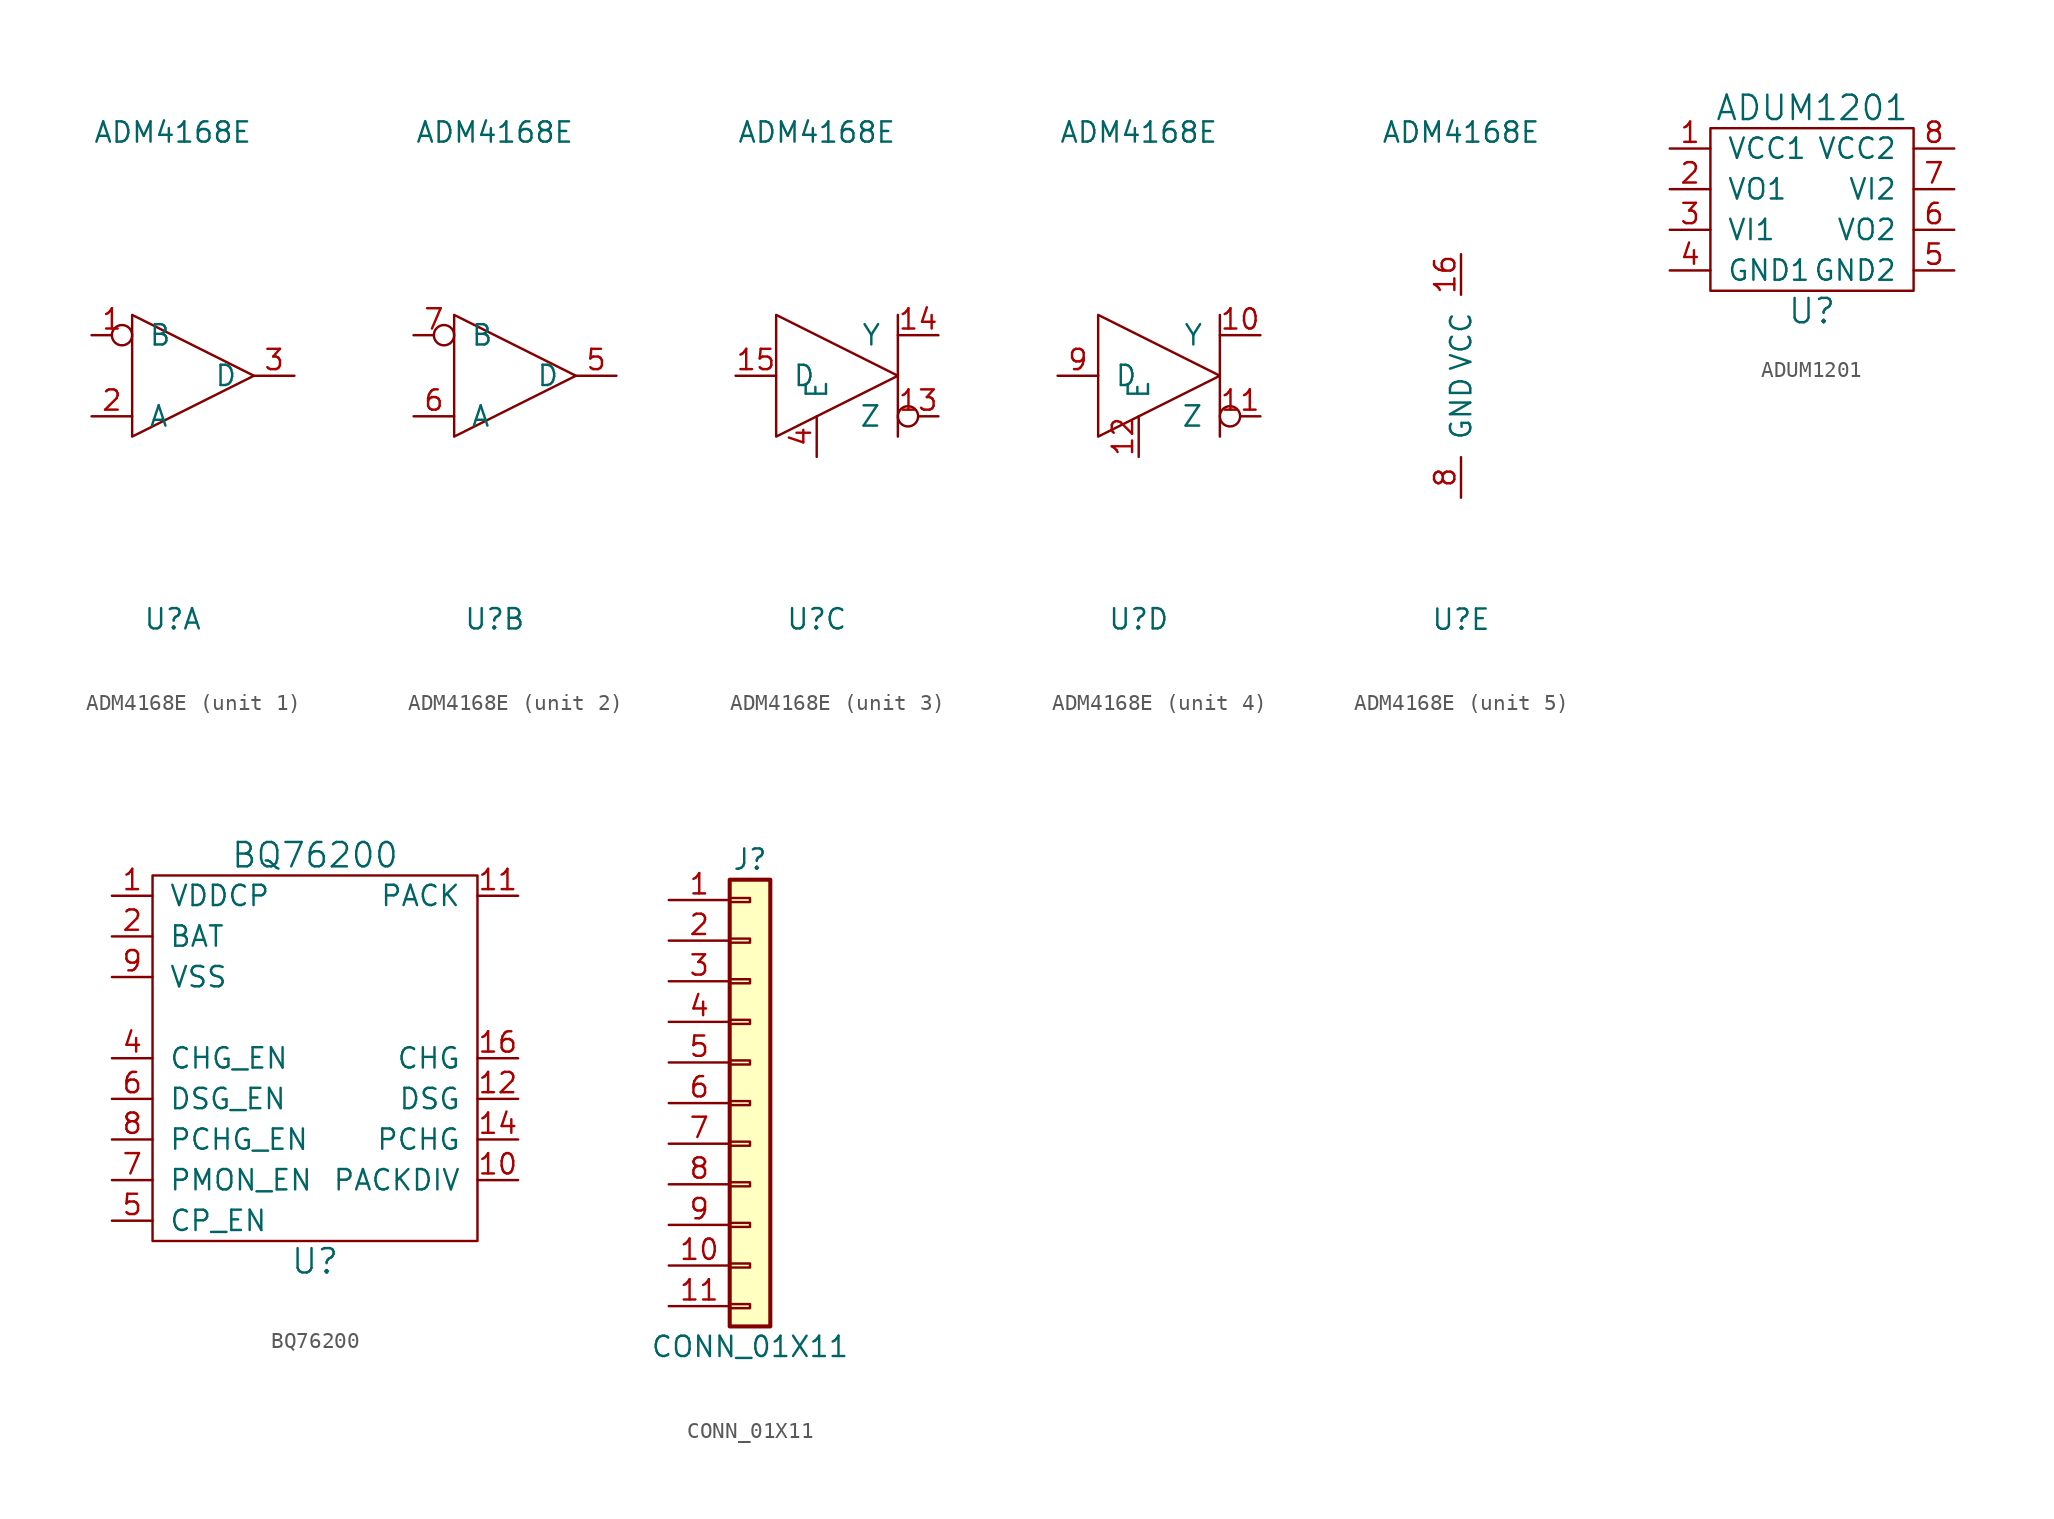
<source format=kicad_sym>
(kicad_symbol_lib
  (version 20211014)
  (generator kicad_symbol_editor)
  (symbol "ADM4168E"
    (pin_names
      (offset 1.016))
    (property "Reference" "U"
      (at 0 -15.24 0)
      (effects (font (size 1.27 1.27))))
    (property "Value" "ADM4168E"
      (at 0 15.24 0)
      (effects (font (size 1.27 1.27))))
    (property "ki_locked" ""
      (at 0 0 0)
      (effects (font (size 1.27 1.27))))
    (symbol "ADM4168E_1_1"
      (polyline (pts (xy -2.54 3.81) (xy -2.54 -3.81) (xy 5.08 0) (xy -2.54 3.81)) (stroke (width 0) (type default) (color 0 0 0 0)) (fill (type none)))
      (pin input inverted (at -5.08 2.54 0) (length 2.54) (name "B" (effects (font (size 1.27 1.27)))) (number "1" (effects (font (size 1.27 1.27)))))
      (pin input line (at -5.08 -2.54 0) (length 2.54) (name "A" (effects (font (size 1.27 1.27)))) (number "2" (effects (font (size 1.27 1.27)))))
      (pin output line (at 7.62 0 180) (length 2.54) (name "D" (effects (font (size 1.27 1.27)))) (number "3" (effects (font (size 1.27 1.27))))))
    (symbol "ADM4168E_2_1"
      (polyline (pts (xy -2.54 3.81) (xy -2.54 -3.81) (xy 5.08 0) (xy -2.54 3.81)) (stroke (width 0) (type default) (color 0 0 0 0)) (fill (type none)))
      (pin output line (at 7.62 0 180) (length 2.54) (name "D" (effects (font (size 1.27 1.27)))) (number "5" (effects (font (size 1.27 1.27)))))
      (pin input line (at -5.08 -2.54 0) (length 2.54) (name "A" (effects (font (size 1.27 1.27)))) (number "6" (effects (font (size 1.27 1.27)))))
      (pin input inverted (at -5.08 2.54 0) (length 2.54) (name "B" (effects (font (size 1.27 1.27)))) (number "7" (effects (font (size 1.27 1.27))))))
    (symbol "ADM4168E_3_1"
      (polyline (pts (xy 5.08 3.81) (xy 5.08 -3.81)) (stroke (width 0) (type default) (color 0 0 0 0)) (fill (type none)))
      (polyline (pts (xy -2.54 3.81) (xy -2.54 -3.81) (xy 5.08 0) (xy -2.54 3.81)) (stroke (width 0) (type default) (color 0 0 0 0)) (fill (type none)))
      (pin output inverted (at 7.62 -2.54 180) (length 2.54) (name "Z" (effects (font (size 1.27 1.27)))) (number "13" (effects (font (size 1.27 1.27)))))
      (pin output line (at 7.62 2.54 180) (length 2.54) (name "Y" (effects (font (size 1.27 1.27)))) (number "14" (effects (font (size 1.27 1.27)))))
      (pin input line (at -5.08 0 0) (length 2.54) (name "D" (effects (font (size 1.27 1.27)))) (number "15" (effects (font (size 1.27 1.27)))))
      (pin input line (at 0 -5.08 90) (length 2.54) (name "E" (effects (font (size 1.27 1.27)))) (number "4" (effects (font (size 1.27 1.27))))))
    (symbol "ADM4168E_4_1"
      (polyline (pts (xy 5.08 3.81) (xy 5.08 -3.81)) (stroke (width 0) (type default) (color 0 0 0 0)) (fill (type none)))
      (polyline (pts (xy -2.54 3.81) (xy -2.54 -3.81) (xy 5.08 0) (xy -2.54 3.81)) (stroke (width 0) (type default) (color 0 0 0 0)) (fill (type none)))
      (pin output line (at 7.62 2.54 180) (length 2.54) (name "Y" (effects (font (size 1.27 1.27)))) (number "10" (effects (font (size 1.27 1.27)))))
      (pin output inverted (at 7.62 -2.54 180) (length 2.54) (name "Z" (effects (font (size 1.27 1.27)))) (number "11" (effects (font (size 1.27 1.27)))))
      (pin input line (at 0 -5.08 90) (length 2.54) (name "E" (effects (font (size 1.27 1.27)))) (number "12" (effects (font (size 1.27 1.27)))))
      (pin input line (at -5.08 0 0) (length 2.54) (name "D" (effects (font (size 1.27 1.27)))) (number "9" (effects (font (size 1.27 1.27))))))
    (symbol "ADM4168E_5_1"
      (pin power_in line (at 0 7.62 270) (length 2.54) (name "VCC" (effects (font (size 1.27 1.27)))) (number "16" (effects (font (size 1.27 1.27)))))
      (pin power_in line (at 0 -7.62 90) (length 2.54) (name "GND" (effects (font (size 1.27 1.27)))) (number "8" (effects (font (size 1.27 1.27)))))))
  (symbol "ADUM1201"
    (pin_names
      (offset 1.016))
    (property "Reference" "U"
      (at 0 -6.35 0)
      (effects (font (size 1.524 1.524))))
    (property "Value" "ADUM1201"
      (at 0 6.35 0)
      (effects (font (size 1.524 1.524))))
    (symbol "ADUM1201_0_1"
      (rectangle (start -6.35 5.08) (end 6.35 -5.08) (stroke (width 0) (type default) (color 0 0 0 0)) (fill (type none))))
    (symbol "ADUM1201_1_1"
      (pin power_in line (at -8.89 3.81 0) (length 2.54) (name "VCC1" (effects (font (size 1.27 1.27)))) (number "1" (effects (font (size 1.27 1.27)))))
      (pin output line (at -8.89 1.27 0) (length 2.54) (name "VO1" (effects (font (size 1.27 1.27)))) (number "2" (effects (font (size 1.27 1.27)))))
      (pin input line (at -8.89 -1.27 0) (length 2.54) (name "VI1" (effects (font (size 1.27 1.27)))) (number "3" (effects (font (size 1.27 1.27)))))
      (pin power_in line (at -8.89 -3.81 0) (length 2.54) (name "GND1" (effects (font (size 1.27 1.27)))) (number "4" (effects (font (size 1.27 1.27)))))
      (pin power_in line (at 8.89 -3.81 180) (length 2.54) (name "GND2" (effects (font (size 1.27 1.27)))) (number "5" (effects (font (size 1.27 1.27)))))
      (pin output line (at 8.89 -1.27 180) (length 2.54) (name "VO2" (effects (font (size 1.27 1.27)))) (number "6" (effects (font (size 1.27 1.27)))))
      (pin input line (at 8.89 1.27 180) (length 2.54) (name "VI2" (effects (font (size 1.27 1.27)))) (number "7" (effects (font (size 1.27 1.27)))))
      (pin power_in line (at 8.89 3.81 180) (length 2.54) (name "VCC2" (effects (font (size 1.27 1.27)))) (number "8" (effects (font (size 1.27 1.27)))))))
  (symbol "BQ76200"
    (pin_names
      (offset 1.016))
    (property "Reference" "U"
      (at 0 -12.7 0)
      (effects (font (size 1.524 1.524))))
    (property "Value" "BQ76200"
      (at 0 12.7 0)
      (effects (font (size 1.524 1.524))))
    (symbol "BQ76200_0_1"
      (rectangle (start -10.16 11.43) (end 10.16 -11.43) (stroke (width 0) (type default) (color 0 0 0 0)) (fill (type none))))
    (symbol "BQ76200_1_1"
      (pin power_out line (at -12.7 10.16 0) (length 2.54) (name "VDDCP" (effects (font (size 1.27 1.27)))) (number "1" (effects (font (size 1.27 1.27)))))
      (pin output line (at 12.7 -7.62 180) (length 2.54) (name "PACKDIV" (effects (font (size 1.27 1.27)))) (number "10" (effects (font (size 1.27 1.27)))))
      (pin power_in line (at 12.7 10.16 180) (length 2.54) (name "PACK" (effects (font (size 1.27 1.27)))) (number "11" (effects (font (size 1.27 1.27)))))
      (pin output line (at 12.7 -2.54 180) (length 2.54) (name "DSG" (effects (font (size 1.27 1.27)))) (number "12" (effects (font (size 1.27 1.27)))))
      (pin no_connect line (at 12.7 5.08 180) (length 2.54) hide (name "NC" (effects (font (size 1.27 1.27)))) (number "13" (effects (font (size 1.27 1.27)))))
      (pin output line (at 12.7 -5.08 180) (length 2.54) (name "PCHG" (effects (font (size 1.27 1.27)))) (number "14" (effects (font (size 1.27 1.27)))))
      (pin no_connect line (at 12.7 2.54 180) (length 2.54) hide (name "NC" (effects (font (size 1.27 1.27)))) (number "15" (effects (font (size 1.27 1.27)))))
      (pin output line (at 12.7 0 180) (length 2.54) (name "CHG" (effects (font (size 1.27 1.27)))) (number "16" (effects (font (size 1.27 1.27)))))
      (pin power_in line (at -12.7 7.62 0) (length 2.54) (name "BAT" (effects (font (size 1.27 1.27)))) (number "2" (effects (font (size 1.27 1.27)))))
      (pin no_connect line (at 12.7 7.62 180) (length 2.54) hide (name "NC" (effects (font (size 1.27 1.27)))) (number "3" (effects (font (size 1.27 1.27)))))
      (pin input line (at -12.7 0 0) (length 2.54) (name "CHG_EN" (effects (font (size 1.27 1.27)))) (number "4" (effects (font (size 1.27 1.27)))))
      (pin input line (at -12.7 -10.16 0) (length 2.54) (name "CP_EN" (effects (font (size 1.27 1.27)))) (number "5" (effects (font (size 1.27 1.27)))))
      (pin input line (at -12.7 -2.54 0) (length 2.54) (name "DSG_EN" (effects (font (size 1.27 1.27)))) (number "6" (effects (font (size 1.27 1.27)))))
      (pin input line (at -12.7 -7.62 0) (length 2.54) (name "PMON_EN" (effects (font (size 1.27 1.27)))) (number "7" (effects (font (size 1.27 1.27)))))
      (pin input line (at -12.7 -5.08 0) (length 2.54) (name "PCHG_EN" (effects (font (size 1.27 1.27)))) (number "8" (effects (font (size 1.27 1.27)))))
      (pin power_in line (at -12.7 5.08 0) (length 2.54) (name "VSS" (effects (font (size 1.27 1.27)))) (number "9" (effects (font (size 1.27 1.27)))))))
  (symbol "CONN_01X11"
    (pin_names
      (offset 1.016) hide)
    (property "Reference" "J"
      (at 0 15.24 0)
      (effects (font (size 1.27 1.27))))
    (property "Value" "CONN_01X11"
      (at 0 -15.24 0)
      (effects (font (size 1.27 1.27))))
    (symbol "CONN_01X11_1_1"
      (rectangle (start -1.27 -12.573) (end 0 -12.827) (stroke (width 0.152) (type default) (color 0 0 0 0)) (fill (type none)))
      (rectangle (start -1.27 -10.033) (end 0 -10.287) (stroke (width 0.152) (type default) (color 0 0 0 0)) (fill (type none)))
      (rectangle (start -1.27 -7.493) (end 0 -7.747) (stroke (width 0.152) (type default) (color 0 0 0 0)) (fill (type none)))
      (rectangle (start -1.27 -4.953) (end 0 -5.207) (stroke (width 0.152) (type default) (color 0 0 0 0)) (fill (type none)))
      (rectangle (start -1.27 -2.413) (end 0 -2.667) (stroke (width 0.152) (type default) (color 0 0 0 0)) (fill (type none)))
      (rectangle (start -1.27 0.127) (end 0 -0.127) (stroke (width 0.152) (type default) (color 0 0 0 0)) (fill (type none)))
      (rectangle (start -1.27 2.667) (end 0 2.413) (stroke (width 0.152) (type default) (color 0 0 0 0)) (fill (type none)))
      (rectangle (start -1.27 5.207) (end 0 4.953) (stroke (width 0.152) (type default) (color 0 0 0 0)) (fill (type none)))
      (rectangle (start -1.27 7.747) (end 0 7.493) (stroke (width 0.152) (type default) (color 0 0 0 0)) (fill (type none)))
      (rectangle (start -1.27 10.287) (end 0 10.033) (stroke (width 0.152) (type default) (color 0 0 0 0)) (fill (type none)))
      (rectangle (start -1.27 12.827) (end 0 12.573) (stroke (width 0.152) (type default) (color 0 0 0 0)) (fill (type none)))
      (rectangle (start -1.27 13.97) (end 1.27 -13.97) (stroke (width 0.254) (type default) (color 0 0 0 0)) (fill (type background)))
      (pin passive line (at -5.08 12.7 0) (length 3.81) (name "Pin_1" (effects (font (size 1.27 1.27)))) (number "1" (effects (font (size 1.27 1.27)))))
      (pin passive line (at -5.08 -10.16 0) (length 3.81) (name "Pin_10" (effects (font (size 1.27 1.27)))) (number "10" (effects (font (size 1.27 1.27)))))
      (pin passive line (at -5.08 -12.7 0) (length 3.81) (name "Pin_11" (effects (font (size 1.27 1.27)))) (number "11" (effects (font (size 1.27 1.27)))))
      (pin passive line (at -5.08 10.16 0) (length 3.81) (name "Pin_2" (effects (font (size 1.27 1.27)))) (number "2" (effects (font (size 1.27 1.27)))))
      (pin passive line (at -5.08 7.62 0) (length 3.81) (name "Pin_3" (effects (font (size 1.27 1.27)))) (number "3" (effects (font (size 1.27 1.27)))))
      (pin passive line (at -5.08 5.08 0) (length 3.81) (name "Pin_4" (effects (font (size 1.27 1.27)))) (number "4" (effects (font (size 1.27 1.27)))))
      (pin passive line (at -5.08 2.54 0) (length 3.81) (name "Pin_5" (effects (font (size 1.27 1.27)))) (number "5" (effects (font (size 1.27 1.27)))))
      (pin passive line (at -5.08 0 0) (length 3.81) (name "Pin_6" (effects (font (size 1.27 1.27)))) (number "6" (effects (font (size 1.27 1.27)))))
      (pin passive line (at -5.08 -2.54 0) (length 3.81) (name "Pin_7" (effects (font (size 1.27 1.27)))) (number "7" (effects (font (size 1.27 1.27)))))
      (pin passive line (at -5.08 -5.08 0) (length 3.81) (name "Pin_8" (effects (font (size 1.27 1.27)))) (number "8" (effects (font (size 1.27 1.27)))))
      (pin passive line (at -5.08 -7.62 0) (length 3.81) (name "Pin_9" (effects (font (size 1.27 1.27)))) (number "9" (effects (font (size 1.27 1.27))))))))
</source>
